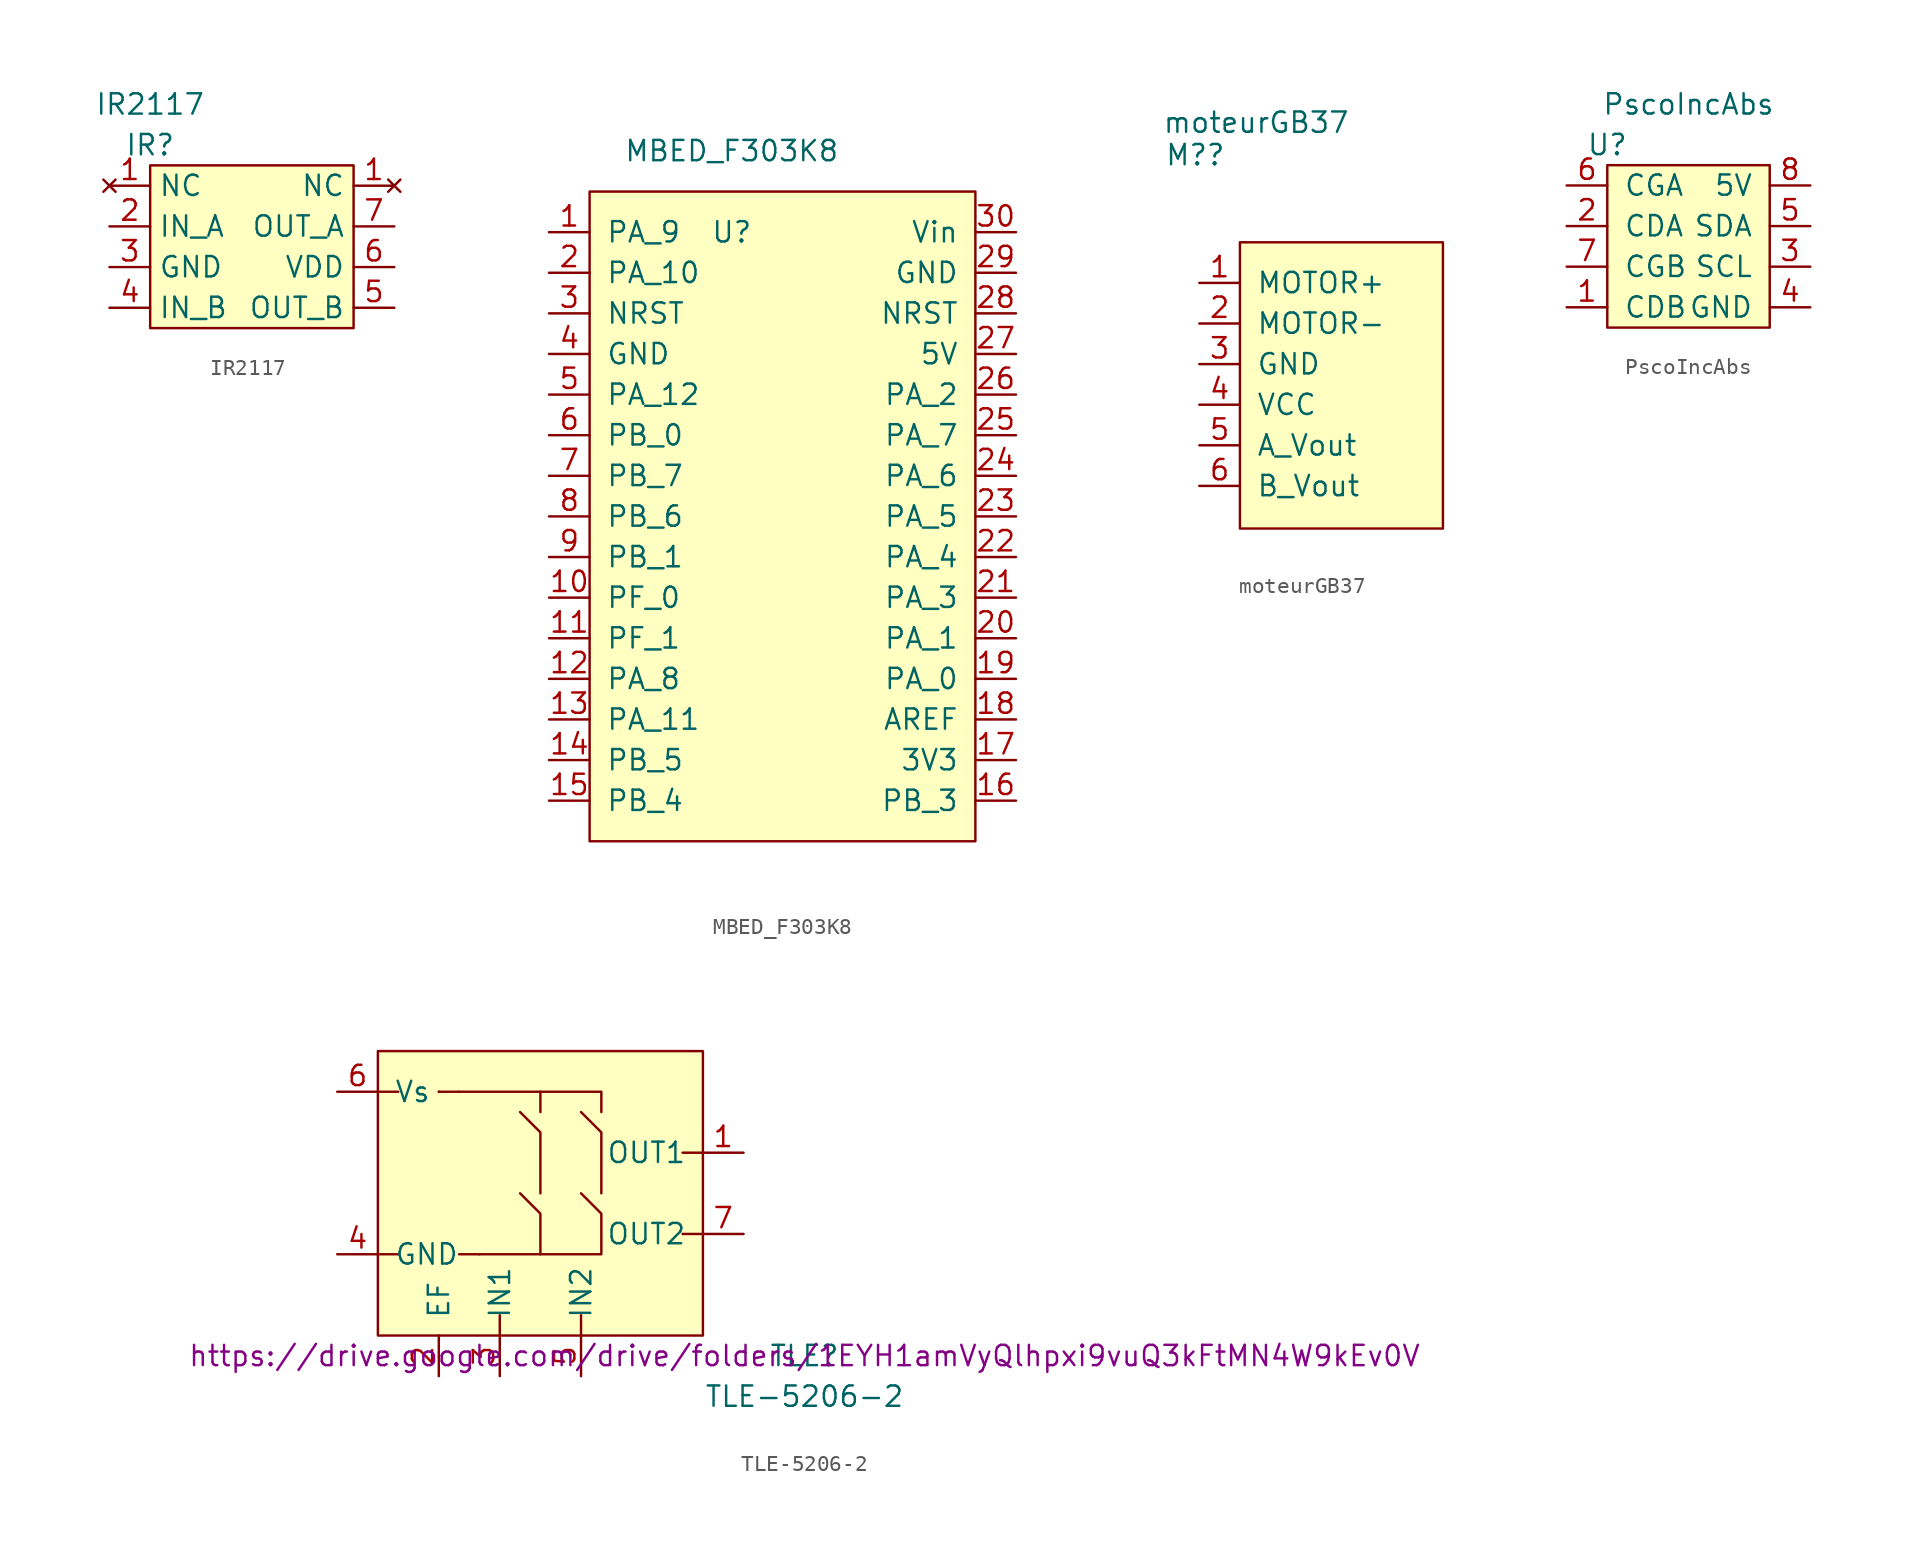
<source format=kicad_sym>
(kicad_symbol_lib
  (version 20220914)
  (generator kicad_symbol_editor)
  (symbol "IR2117"
    (property "Reference" "IR"
      (at 0 2.54 0)
      (effects (font (size 1.27 1.27))))
    (property "Value" "IR2117"
      (at 0 5.08 0)
      (effects (font (size 1.27 1.27))))
    (symbol "IR2117_0_1"
      (rectangle (start 0 1.27) (end 12.7 -8.89) (stroke (width 0) (type default)) (fill (type background))))
    (symbol "IR2117_1_1"
      (pin no_connect line (at -2.54 0 0) (length 2.54) (name "NC" (effects (font (size 1.27 1.27)))) (number "1" (effects (font (size 1.27 1.27)))))
      (pin no_connect line (at 15.24 0 180) (length 2.54) (name "NC" (effects (font (size 1.27 1.27)))) (number "1" (effects (font (size 1.27 1.27)))))
      (pin input line (at -2.54 -2.54 0) (length 2.54) (name "IN_A" (effects (font (size 1.27 1.27)))) (number "2" (effects (font (size 1.27 1.27)))))
      (pin power_in line (at -2.54 -5.08 0) (length 2.54) (name "GND" (effects (font (size 1.27 1.27)))) (number "3" (effects (font (size 1.27 1.27)))))
      (pin input line (at -2.54 -7.62 0) (length 2.54) (name "IN_B" (effects (font (size 1.27 1.27)))) (number "4" (effects (font (size 1.27 1.27)))))
      (pin output line (at 15.24 -7.62 180) (length 2.54) (name "OUT_B" (effects (font (size 1.27 1.27)))) (number "5" (effects (font (size 1.27 1.27)))))
      (pin power_in line (at 15.24 -5.08 180) (length 2.54) (name "VDD" (effects (font (size 1.27 1.27)))) (number "6" (effects (font (size 1.27 1.27)))))
      (pin output line (at 15.24 -2.54 180) (length 2.54) (name "OUT_A" (effects (font (size 1.27 1.27)))) (number "7" (effects (font (size 1.27 1.27)))))))
  (symbol "MBED_F303K8"
    (pin_names
      (offset 1.016))
    (property "Reference" "U"
      (at 8.89 -3.81 0)
      (effects (font (size 1.27 1.27))))
    (property "Value" "MBED_F303K8"
      (at 8.89 1.27 0)
      (effects (font (size 1.27 1.27))))
    (symbol "MBED_F303K8_0_1"
      (rectangle (start 0 -1.27) (end 24.13 -41.91) (stroke (width 0) (type default)) (fill (type background))))
    (symbol "MBED_F303K8_1_1"
      (pin input line (at -2.54 -3.81 0) (length 2.54) (name "PA_9" (effects (font (size 1.27 1.27)))) (number "1" (effects (font (size 1.27 1.27)))))
      (pin input line (at -2.54 -26.67 0) (length 2.54) (name "PF_0" (effects (font (size 1.27 1.27)))) (number "10" (effects (font (size 1.27 1.27)))))
      (pin input line (at -2.54 -29.21 0) (length 2.54) (name "PF_1" (effects (font (size 1.27 1.27)))) (number "11" (effects (font (size 1.27 1.27)))))
      (pin input line (at -2.54 -31.75 0) (length 2.54) (name "PA_8" (effects (font (size 1.27 1.27)))) (number "12" (effects (font (size 1.27 1.27)))))
      (pin input line (at -2.54 -34.29 0) (length 2.54) (name "PA_11" (effects (font (size 1.27 1.27)))) (number "13" (effects (font (size 1.27 1.27)))))
      (pin input line (at -2.54 -36.83 0) (length 2.54) (name "PB_5" (effects (font (size 1.27 1.27)))) (number "14" (effects (font (size 1.27 1.27)))))
      (pin input line (at -2.54 -39.37 0) (length 2.54) (name "PB_4" (effects (font (size 1.27 1.27)))) (number "15" (effects (font (size 1.27 1.27)))))
      (pin input line (at 26.67 -39.37 180) (length 2.54) (name "PB_3" (effects (font (size 1.27 1.27)))) (number "16" (effects (font (size 1.27 1.27)))))
      (pin input line (at 26.67 -36.83 180) (length 2.54) (name "3V3" (effects (font (size 1.27 1.27)))) (number "17" (effects (font (size 1.27 1.27)))))
      (pin input line (at 26.67 -34.29 180) (length 2.54) (name "AREF" (effects (font (size 1.27 1.27)))) (number "18" (effects (font (size 1.27 1.27)))))
      (pin input line (at 26.67 -31.75 180) (length 2.54) (name "PA_0" (effects (font (size 1.27 1.27)))) (number "19" (effects (font (size 1.27 1.27)))))
      (pin input line (at -2.54 -6.35 0) (length 2.54) (name "PA_10" (effects (font (size 1.27 1.27)))) (number "2" (effects (font (size 1.27 1.27)))))
      (pin input line (at 26.67 -29.21 180) (length 2.54) (name "PA_1" (effects (font (size 1.27 1.27)))) (number "20" (effects (font (size 1.27 1.27)))))
      (pin input line (at 26.67 -26.67 180) (length 2.54) (name "PA_3" (effects (font (size 1.27 1.27)))) (number "21" (effects (font (size 1.27 1.27)))))
      (pin input line (at 26.67 -24.13 180) (length 2.54) (name "PA_4" (effects (font (size 1.27 1.27)))) (number "22" (effects (font (size 1.27 1.27)))))
      (pin input line (at 26.67 -21.59 180) (length 2.54) (name "PA_5" (effects (font (size 1.27 1.27)))) (number "23" (effects (font (size 1.27 1.27)))))
      (pin input line (at 26.67 -19.05 180) (length 2.54) (name "PA_6" (effects (font (size 1.27 1.27)))) (number "24" (effects (font (size 1.27 1.27)))))
      (pin input line (at 26.67 -16.51 180) (length 2.54) (name "PA_7" (effects (font (size 1.27 1.27)))) (number "25" (effects (font (size 1.27 1.27)))))
      (pin input line (at 26.67 -13.97 180) (length 2.54) (name "PA_2" (effects (font (size 1.27 1.27)))) (number "26" (effects (font (size 1.27 1.27)))))
      (pin input line (at 26.67 -11.43 180) (length 2.54) (name "5V" (effects (font (size 1.27 1.27)))) (number "27" (effects (font (size 1.27 1.27)))))
      (pin input line (at 26.67 -8.89 180) (length 2.54) (name "NRST" (effects (font (size 1.27 1.27)))) (number "28" (effects (font (size 1.27 1.27)))))
      (pin input line (at 26.67 -6.35 180) (length 2.54) (name "GND" (effects (font (size 1.27 1.27)))) (number "29" (effects (font (size 1.27 1.27)))))
      (pin input line (at -2.54 -8.89 0) (length 2.54) (name "NRST" (effects (font (size 1.27 1.27)))) (number "3" (effects (font (size 1.27 1.27)))))
      (pin input line (at 26.67 -3.81 180) (length 2.54) (name "Vin" (effects (font (size 1.27 1.27)))) (number "30" (effects (font (size 1.27 1.27)))))
      (pin input line (at -2.54 -11.43 0) (length 2.54) (name "GND" (effects (font (size 1.27 1.27)))) (number "4" (effects (font (size 1.27 1.27)))))
      (pin input line (at -2.54 -13.97 0) (length 2.54) (name "PA_12" (effects (font (size 1.27 1.27)))) (number "5" (effects (font (size 1.27 1.27)))))
      (pin input line (at -2.54 -16.51 0) (length 2.54) (name "PB_0" (effects (font (size 1.27 1.27)))) (number "6" (effects (font (size 1.27 1.27)))))
      (pin input line (at -2.54 -19.05 0) (length 2.54) (name "PB_7" (effects (font (size 1.27 1.27)))) (number "7" (effects (font (size 1.27 1.27)))))
      (pin input line (at -2.54 -21.59 0) (length 2.54) (name "PB_6" (effects (font (size 1.27 1.27)))) (number "8" (effects (font (size 1.27 1.27)))))
      (pin input line (at -2.54 -24.13 0) (length 2.54) (name "PB_1" (effects (font (size 1.27 1.27)))) (number "9" (effects (font (size 1.27 1.27)))))))
  (symbol "moteurGB37"
    (pin_names
      (offset 1.016))
    (property "Reference" "M?"
      (at -0.254 8.001 0)
      (effects (font (size 1.27 1.27))))
    (property "Value" "moteurGB37"
      (at 3.556 10.033 0)
      (effects (font (size 1.27 1.27))))
    (symbol "moteurGB37_0_1"
      (rectangle (start 2.54 2.54) (end 15.24 -15.367) (stroke (width 0) (type default)) (fill (type background))))
    (symbol "moteurGB37_1_1"
      (pin input line (at 0 0 0) (length 2.54) (name "MOTOR+" (effects (font (size 1.27 1.27)))) (number "1" (effects (font (size 1.27 1.27)))))
      (pin input line (at 0 -2.54 0) (length 2.54) (name "MOTOR-" (effects (font (size 1.27 1.27)))) (number "2" (effects (font (size 1.27 1.27)))))
      (pin input line (at 0 -5.08 0) (length 2.54) (name "GND" (effects (font (size 1.27 1.27)))) (number "3" (effects (font (size 1.27 1.27)))))
      (pin input line (at 0 -7.62 0) (length 2.54) (name "VCC" (effects (font (size 1.27 1.27)))) (number "4" (effects (font (size 1.27 1.27)))))
      (pin output line (at 0 -10.16 0) (length 2.54) (name "A_Vout" (effects (font (size 1.27 1.27)))) (number "5" (effects (font (size 1.27 1.27)))))
      (pin output line (at 0 -12.7 0) (length 2.54) (name "B_Vout" (effects (font (size 1.27 1.27)))) (number "6" (effects (font (size 1.27 1.27)))))))
  (symbol "PscoIncAbs"
    (pin_names
      (offset 1.016))
    (property "Reference" "U"
      (at 0 2.54 0)
      (effects (font (size 1.27 1.27))))
    (property "Value" "PscoIncAbs"
      (at 5.08 5.08 0)
      (effects (font (size 1.27 1.27))))
    (symbol "PscoIncAbs_0_1"
      (rectangle (start 0 1.27) (end 10.16 -8.89) (stroke (width 0) (type default)) (fill (type background))))
    (symbol "PscoIncAbs_1_1"
      (pin input line (at -2.54 -7.62 0) (length 2.54) (name "CDB" (effects (font (size 1.27 1.27)))) (number "1" (effects (font (size 1.27 1.27)))))
      (pin input line (at -2.54 -2.54 0) (length 2.54) (name "CDA" (effects (font (size 1.27 1.27)))) (number "2" (effects (font (size 1.27 1.27)))))
      (pin input line (at 12.7 -5.08 180) (length 2.54) (name "SCL" (effects (font (size 1.27 1.27)))) (number "3" (effects (font (size 1.27 1.27)))))
      (pin input line (at 12.7 -7.62 180) (length 2.54) (name "GND" (effects (font (size 1.27 1.27)))) (number "4" (effects (font (size 1.27 1.27)))))
      (pin input line (at 12.7 -2.54 180) (length 2.54) (name "SDA" (effects (font (size 1.27 1.27)))) (number "5" (effects (font (size 1.27 1.27)))))
      (pin input line (at -2.54 0 0) (length 2.54) (name "CGA" (effects (font (size 1.27 1.27)))) (number "6" (effects (font (size 1.27 1.27)))))
      (pin input line (at -2.54 -5.08 0) (length 2.54) (name "CGB" (effects (font (size 1.27 1.27)))) (number "7" (effects (font (size 1.27 1.27)))))
      (pin input line (at 12.7 0 180) (length 2.54) (name "5V" (effects (font (size 1.27 1.27)))) (number "8" (effects (font (size 1.27 1.27)))))))
  (symbol "TLE-5206-2"
    (pin_names
      (offset 1.016))
    (property "Reference" "TLE"
      (at 26.67 -1.27 0)
      (effects (font (size 1.27 1.27))))
    (property "Value" "TLE-5206-2"
      (at 26.67 -3.81 0)
      (effects (font (size 1.27 1.27))))
    (property "Datasheet" "https://drive.google.com/drive/folders/1EYH1amVyQlhpxi9vuQ3kFtMN4W9kEv0V"
      (at 26.67 -1.27 0)
      (effects (font (size 1.27 1.27))))
    (symbol "TLE-5206-2_0_1"
      (polyline (pts (xy 0 5.08) (xy 1.27 5.08)) (stroke (width 0) (type default)) (fill (type none)))
      (polyline (pts (xy 0 15.24) (xy 1.27 15.24)) (stroke (width 0) (type default)) (fill (type none)))
      (polyline (pts (xy 3.81 15.24) (xy 3.81 15.24)) (stroke (width 0) (type default)) (fill (type none)))
      (polyline (pts (xy 5.08 15.24) (xy 3.81 15.24)) (stroke (width 0) (type default)) (fill (type none)))
      (polyline (pts (xy 6.35 5.08) (xy 5.08 5.08)) (stroke (width 0) (type default)) (fill (type none)))
      (polyline (pts (xy 7.62 0) (xy 7.62 1.27)) (stroke (width 0) (type default)) (fill (type none)))
      (polyline (pts (xy 10.16 15.24) (xy 10.16 13.97)) (stroke (width 0) (type default)) (fill (type none)))
      (polyline (pts (xy 12.7 0) (xy 12.7 1.27)) (stroke (width 0) (type default)) (fill (type none)))
      (polyline (pts (xy 20.32 6.35) (xy 19.05 6.35)) (stroke (width 0) (type default)) (fill (type none)))
      (polyline (pts (xy 20.32 11.43) (xy 19.05 11.43)) (stroke (width 0) (type default)) (fill (type none)))
      (polyline (pts (xy 5.08 15.24) (xy 13.97 15.24) (xy 13.97 13.97)) (stroke (width 0) (type default)) (fill (type none)))
      (polyline (pts (xy 8.89 8.89) (xy 10.16 7.62) (xy 10.16 5.08)) (stroke (width 0) (type default)) (fill (type none)))
      (polyline (pts (xy 8.89 13.97) (xy 10.16 12.7) (xy 10.16 8.89)) (stroke (width 0) (type default)) (fill (type none)))
      (polyline (pts (xy 12.7 13.97) (xy 13.97 12.7) (xy 13.97 8.89)) (stroke (width 0) (type default)) (fill (type none)))
      (polyline (pts (xy 12.7 8.89) (xy 13.97 7.62) (xy 13.97 5.08) (xy 6.35 5.08)) (stroke (width 0) (type default)) (fill (type none)))
      (rectangle (start 0 0) (end 20.32 17.78) (stroke (width 0) (type default)) (fill (type background))))
    (symbol "TLE-5206-2_1_1"
      (pin output line (at 22.86 11.43 180) (length 2.54) (name "OUT1" (effects (font (size 1.27 1.27)))) (number "1" (effects (font (size 1.27 1.27)))))
      (pin output line (at 3.81 -2.54 90) (length 2.54) (name "EF" (effects (font (size 1.27 1.27)))) (number "2" (effects (font (size 1.27 1.27)))))
      (pin input line (at 7.62 -2.54 90) (length 2.54) (name "IN1" (effects (font (size 1.27 1.27)))) (number "3" (effects (font (size 1.27 1.27)))))
      (pin power_in line (at -2.54 5.08 0) (length 2.54) (name "GND" (effects (font (size 1.27 1.27)))) (number "4" (effects (font (size 1.27 1.27)))))
      (pin input line (at 12.7 -2.54 90) (length 2.54) (name "IN2" (effects (font (size 1.27 1.27)))) (number "5" (effects (font (size 1.27 1.27)))))
      (pin power_in line (at -2.54 15.24 0) (length 2.54) (name "Vs" (effects (font (size 1.27 1.27)))) (number "6" (effects (font (size 1.27 1.27)))))
      (pin output line (at 22.86 6.35 180) (length 2.54) (name "OUT2" (effects (font (size 1.27 1.27)))) (number "7" (effects (font (size 1.27 1.27))))))))
</source>
